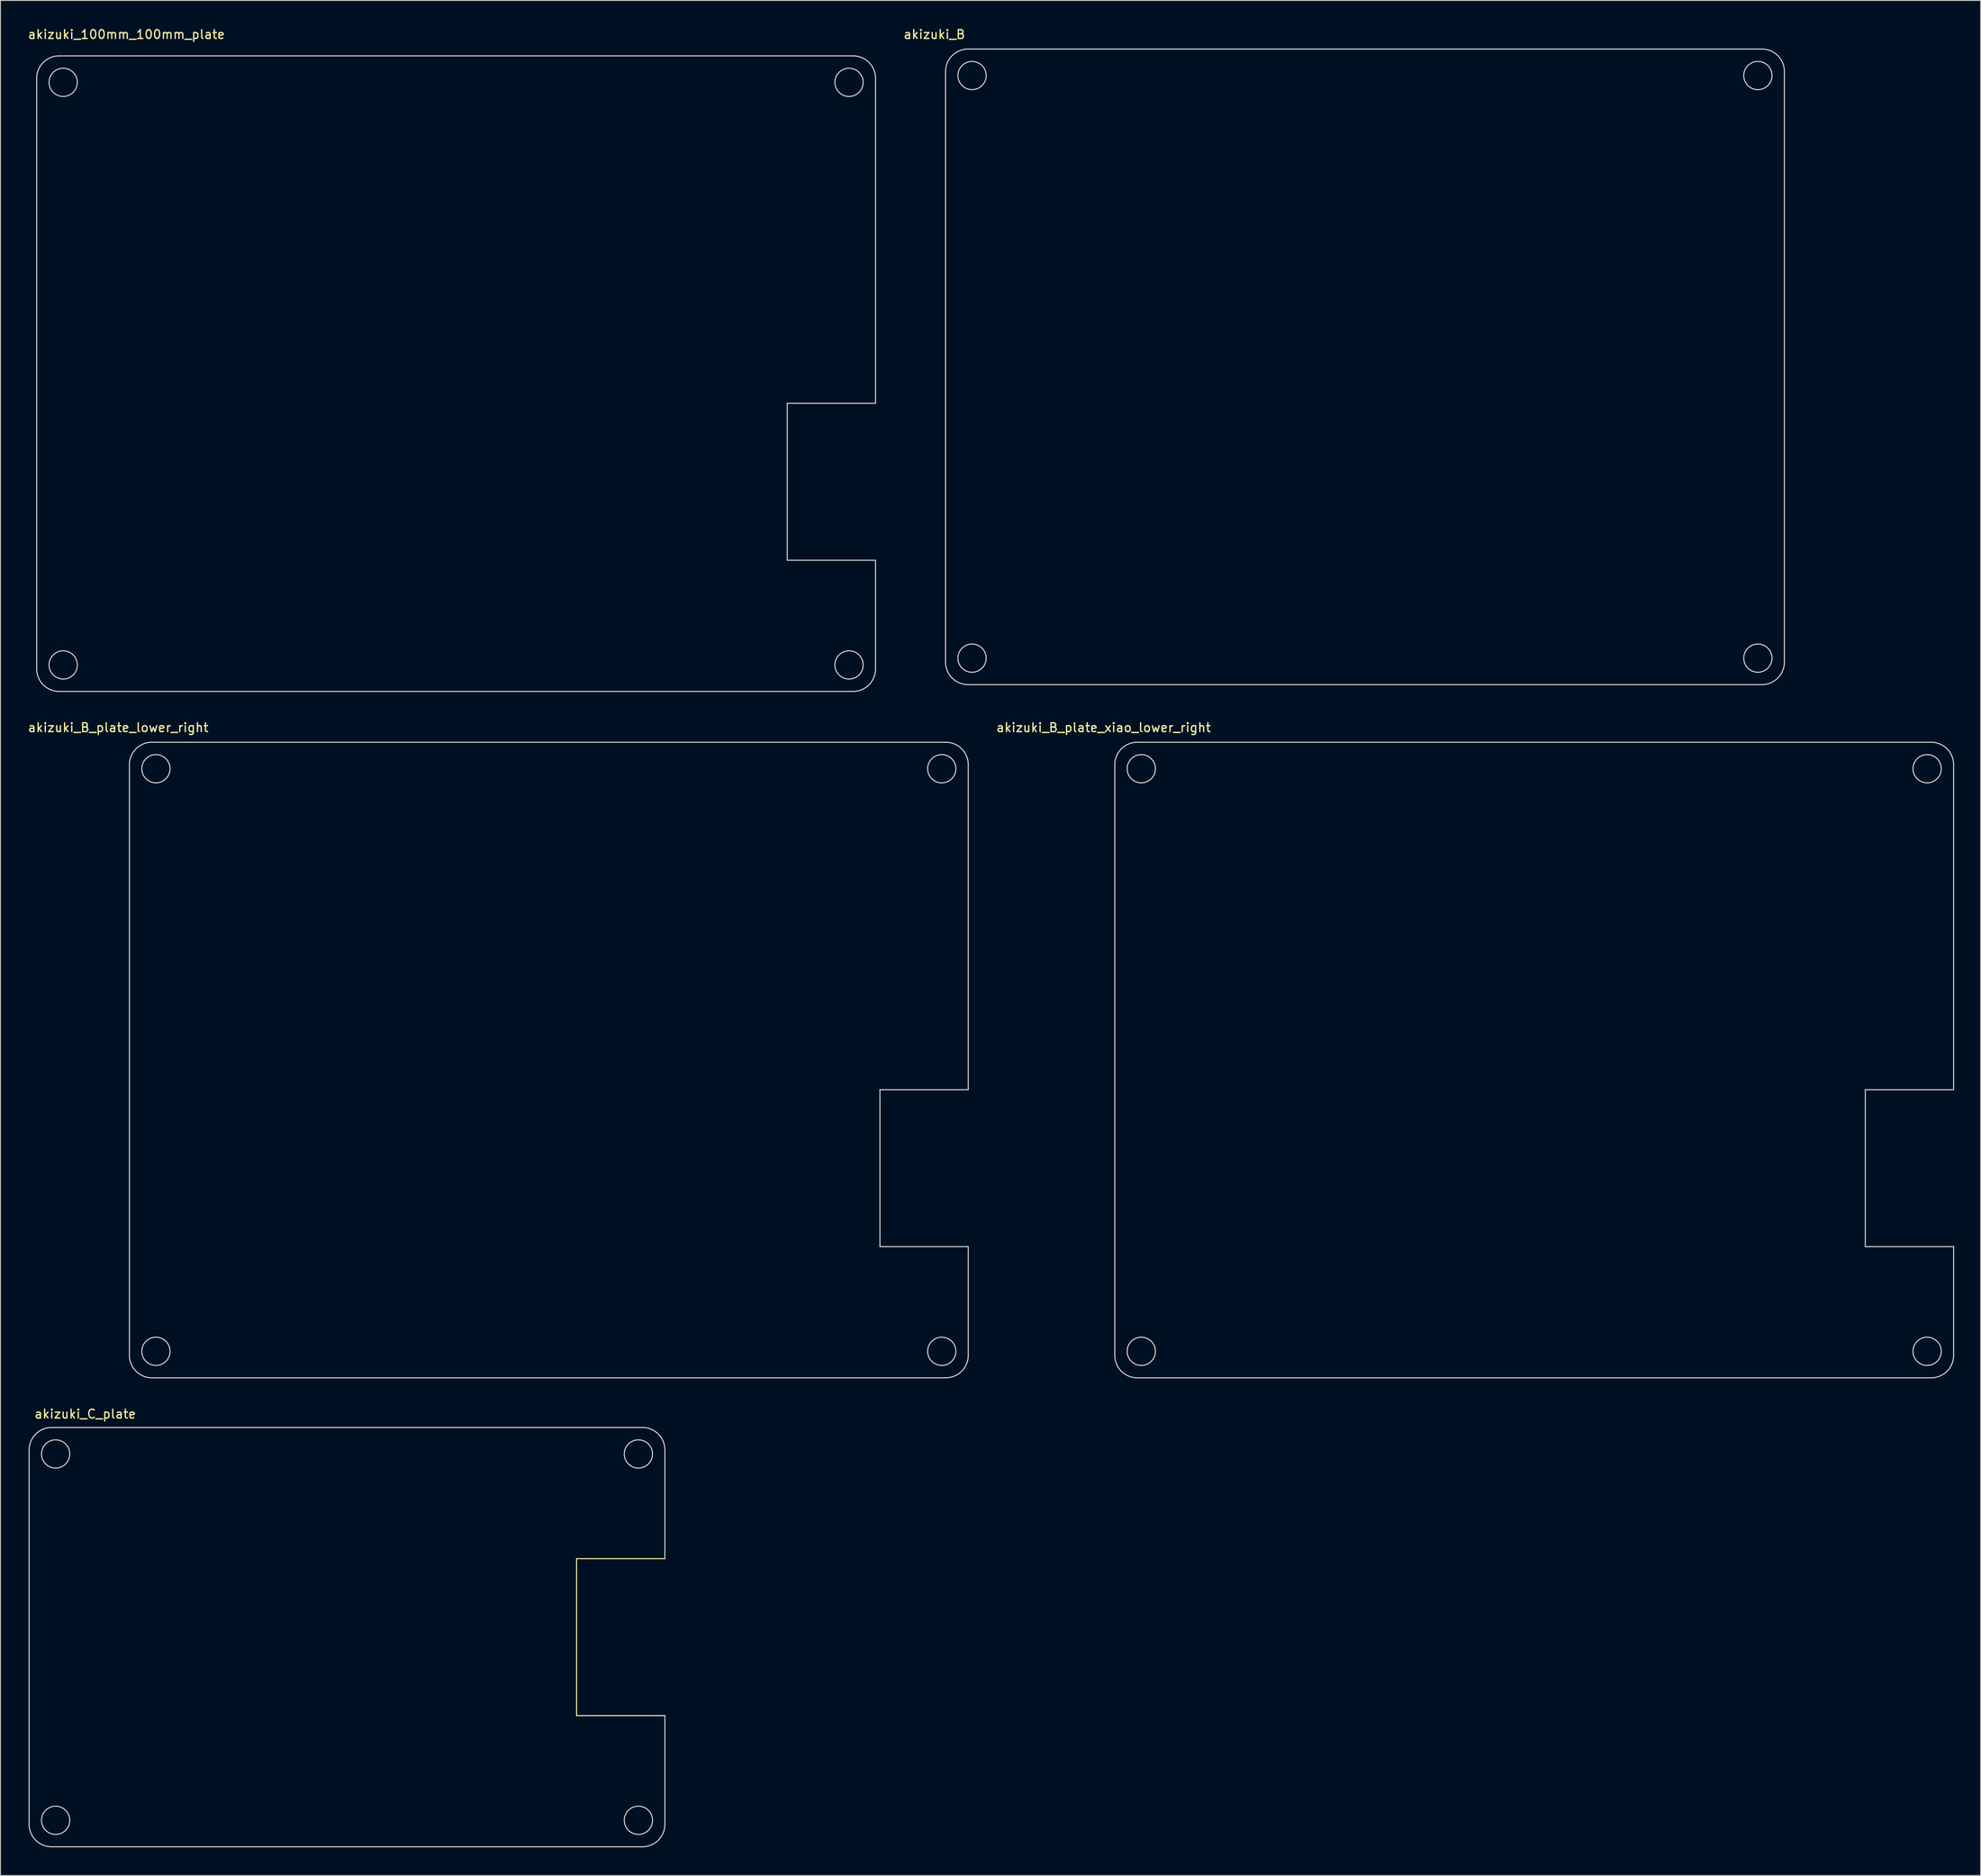
<source format=kicad_pcb>
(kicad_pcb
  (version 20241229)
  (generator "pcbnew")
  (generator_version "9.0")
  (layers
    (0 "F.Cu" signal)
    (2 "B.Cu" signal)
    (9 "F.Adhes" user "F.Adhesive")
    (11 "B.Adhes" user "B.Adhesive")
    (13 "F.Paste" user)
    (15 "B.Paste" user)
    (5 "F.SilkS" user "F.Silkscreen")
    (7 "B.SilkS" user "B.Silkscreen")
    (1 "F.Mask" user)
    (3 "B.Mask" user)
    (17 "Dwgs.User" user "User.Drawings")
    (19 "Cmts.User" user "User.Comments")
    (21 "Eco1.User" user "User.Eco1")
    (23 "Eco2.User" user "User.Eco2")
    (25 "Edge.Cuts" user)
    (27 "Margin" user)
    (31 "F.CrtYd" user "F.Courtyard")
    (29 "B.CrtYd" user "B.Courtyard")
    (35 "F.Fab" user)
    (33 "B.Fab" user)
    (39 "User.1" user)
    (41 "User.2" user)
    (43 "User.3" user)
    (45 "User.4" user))
  (footprint "akizuki_B_plate_xiao_lower_right"
    (layer "F.Cu")
    (at 123.207 153.036)
    (property "Reference" "akizuki_B_plate_xiao_lower_right" (at -1.27 -73.66 0) (layer "F.SilkS") (effects (font (size 1 1) (thickness 0.15))))
    (attr through_hole)
    (fp_line (start 0 -2.54) (end 0 -69.46) (stroke (width 0.12) (type solid)) (layer "Edge.Cuts"))
    (fp_line (start 2.54 -72) (end 92.46 -72) (stroke (width 0.12) (type solid)) (layer "Edge.Cuts"))
    (fp_line (start 2.54 0) (end 92.46 0) (stroke (width 0.12) (type solid)) (layer "Edge.Cuts"))
    (fp_line (start 85 -32.64) (end 85 -14.86) (stroke (width 0.12) (type solid)) (layer "Edge.Cuts"))
    (fp_line (start 85 -32.64) (end 95 -32.64) (stroke (width 0.12) (type solid)) (layer "Edge.Cuts"))
    (fp_line (start 85 -14.86) (end 95 -14.86) (stroke (width 0.12) (type solid)) (layer "Edge.Cuts"))
    (fp_line (start 95 -32.64) (end 95 -69.46) (stroke (width 0.12) (type solid)) (layer "Edge.Cuts"))
    (fp_line (start 95 -2.54) (end 95 -14.86) (stroke (width 0.12) (type solid)) (layer "Edge.Cuts"))
    (fp_arc (start 0 -69.46) (mid 0.743949 -71.256051) (end 2.54 -72) (stroke (width 0.12) (type solid)) (layer "Edge.Cuts"))
    (fp_arc (start 2.54 0) (mid 0.743949 -0.743949) (end 0 -2.54) (stroke (width 0.12) (type solid)) (layer "Edge.Cuts"))
    (fp_arc (start 92.46 -72) (mid 94.256051 -71.256051) (end 95 -69.46) (stroke (width 0.12) (type solid)) (layer "Edge.Cuts"))
    (fp_arc (start 95 -2.54) (mid 94.256051 -0.743949) (end 92.46 0) (stroke (width 0.12) (type solid)) (layer "Edge.Cuts"))
    (fp_circle (center 3 -69) (end 4.6 -69) (stroke (width 0.12) (type solid)) (fill no) (layer "Edge.Cuts"))
    (fp_circle (center 3 -3) (end 4.6 -3) (stroke (width 0.12) (type solid)) (fill no) (layer "Edge.Cuts"))
    (fp_circle (center 92 -69) (end 93.6 -69) (stroke (width 0.12) (type solid)) (fill no) (layer "Edge.Cuts"))
    (fp_circle (center 92 -3) (end 93.6 -3) (stroke (width 0.12) (type solid)) (fill no) (layer "Edge.Cuts")))
  (footprint "akizuki_B"
    (layer "F.Cu")
    (at 104.039 74.508)
    (property "Reference" "akizuki_B" (at -1.27 -73.66 0) (layer "F.SilkS") (effects (font (size 1 1) (thickness 0.15))))
    (attr through_hole)
    (fp_line (start 0 -2.54) (end 0 -69.46) (stroke (width 0.12) (type solid)) (layer "Edge.Cuts"))
    (fp_line (start 2.54 -72) (end 92.46 -72) (stroke (width 0.12) (type solid)) (layer "Edge.Cuts"))
    (fp_line (start 2.54 0) (end 92.46 0) (stroke (width 0.12) (type solid)) (layer "Edge.Cuts"))
    (fp_line (start 95 -2.54) (end 95 -69.46) (stroke (width 0.12) (type solid)) (layer "Edge.Cuts"))
    (fp_arc (start 0 -69.46) (mid 0.743949 -71.256051) (end 2.54 -72) (stroke (width 0.12) (type solid)) (layer "Edge.Cuts"))
    (fp_arc (start 2.54 0) (mid 0.743949 -0.743949) (end 0 -2.54) (stroke (width 0.12) (type solid)) (layer "Edge.Cuts"))
    (fp_arc (start 92.46 -72) (mid 94.256051 -71.256051) (end 95 -69.46) (stroke (width 0.12) (type solid)) (layer "Edge.Cuts"))
    (fp_arc (start 95 -2.54) (mid 94.256051 -0.743949) (end 92.46 0) (stroke (width 0.12) (type solid)) (layer "Edge.Cuts"))
    (fp_circle (center 3 -69) (end 4.6 -69) (stroke (width 0.12) (type solid)) (fill no) (layer "Edge.Cuts"))
    (fp_circle (center 3 -3) (end 4.6 -3) (stroke (width 0.12) (type solid)) (fill no) (layer "Edge.Cuts"))
    (fp_circle (center 92 -69) (end 93.6 -69) (stroke (width 0.12) (type solid)) (fill no) (layer "Edge.Cuts"))
    (fp_circle (center 92 -3) (end 93.6 -3) (stroke (width 0.12) (type solid)) (fill no) (layer "Edge.Cuts")))
  (footprint "akizuki_100mm_100mm_plate"
    (layer "F.Cu")
    (at 1.108 75.278)
    (property "Reference" "akizuki_100mm_100mm_plate" (at 10.16 -74.43 0) (layer "F.SilkS") (effects (font (size 1 1) (thickness 0.15))))
    (attr through_hole)
    (fp_line (start 0 -2.54) (end 0 -69.46) (stroke (width 0.12) (type solid)) (layer "Edge.Cuts"))
    (fp_line (start 2.54 -72) (end 92.46 -72) (stroke (width 0.12) (type solid)) (layer "Edge.Cuts"))
    (fp_line (start 2.54 0) (end 92.46 0) (stroke (width 0.12) (type solid)) (layer "Edge.Cuts"))
    (fp_line (start 85 -32.64) (end 85 -14.86) (stroke (width 0.12) (type solid)) (layer "Edge.Cuts"))
    (fp_line (start 85 -32.64) (end 95 -32.64) (stroke (width 0.12) (type solid)) (layer "Edge.Cuts"))
    (fp_line (start 85 -14.86) (end 95 -14.86) (stroke (width 0.12) (type solid)) (layer "Edge.Cuts"))
    (fp_line (start 95 -32.64) (end 95 -69.46) (stroke (width 0.12) (type solid)) (layer "Edge.Cuts"))
    (fp_line (start 95 -2.54) (end 95 -14.86) (stroke (width 0.12) (type solid)) (layer "Edge.Cuts"))
    (fp_arc (start 0 -69.46) (mid 0.743949 -71.256051) (end 2.54 -72) (stroke (width 0.12) (type solid)) (layer "Edge.Cuts"))
    (fp_arc (start 2.54 0) (mid 0.743949 -0.743949) (end 0 -2.54) (stroke (width 0.12) (type solid)) (layer "Edge.Cuts"))
    (fp_arc (start 92.46 -72) (mid 94.256051 -71.256051) (end 95 -69.46) (stroke (width 0.12) (type solid)) (layer "Edge.Cuts"))
    (fp_arc (start 95 -2.54) (mid 94.256051 -0.743949) (end 92.46 0) (stroke (width 0.12) (type solid)) (layer "Edge.Cuts"))
    (fp_circle (center 3 -69) (end 4.6 -69) (stroke (width 0.12) (type solid)) (fill no) (layer "Edge.Cuts"))
    (fp_circle (center 3 -3) (end 4.6 -3) (stroke (width 0.12) (type solid)) (fill no) (layer "Edge.Cuts"))
    (fp_circle (center 92 -69) (end 93.6 -69) (stroke (width 0.12) (type solid)) (fill no) (layer "Edge.Cuts"))
    (fp_circle (center 92 -3) (end 93.6 -3) (stroke (width 0.12) (type solid)) (fill no) (layer "Edge.Cuts")))
  (footprint "akizuki_C_plate"
    (layer "F.Cu")
    (at 0.25 206.165)
    (property "Reference" "akizuki_C_plate" (at 6.35 -49.03 0) (layer "F.SilkS") (effects (font (size 1 1) (thickness 0.15))))
    (attr through_hole)
    (fp_line (start 62 -32.64) (end 62 -14.86) (stroke (width 0.12) (type solid)) (layer "F.SilkS"))
    (fp_line (start 62 -32.64) (end 72 -32.64) (stroke (width 0.12) (type solid)) (layer "F.SilkS"))
    (fp_line (start 62 -14.86) (end 72 -14.86) (stroke (width 0.12) (type solid)) (layer "F.SilkS"))
    (fp_line (start 0 -2.54) (end 0 -44.96) (stroke (width 0.12) (type solid)) (layer "Edge.Cuts"))
    (fp_line (start 2.54 -47.5) (end 69.46 -47.5) (stroke (width 0.12) (type solid)) (layer "Edge.Cuts"))
    (fp_line (start 2.54 0) (end 69.46 0) (stroke (width 0.12) (type solid)) (layer "Edge.Cuts"))
    (fp_line (start 72 -32.64) (end 72 -44.96) (stroke (width 0.12) (type solid)) (layer "Edge.Cuts"))
    (fp_line (start 72 -2.54) (end 72 -14.86) (stroke (width 0.12) (type solid)) (layer "Edge.Cuts"))
    (fp_arc (start 0 -44.96) (mid 0.743949 -46.756051) (end 2.54 -47.5) (stroke (width 0.12) (type solid)) (layer "Edge.Cuts"))
    (fp_arc (start 2.54 0) (mid 0.743949 -0.743949) (end 0 -2.54) (stroke (width 0.12) (type solid)) (layer "Edge.Cuts"))
    (fp_arc (start 69.46 -47.5) (mid 71.256051 -46.756051) (end 72 -44.96) (stroke (width 0.12) (type solid)) (layer "Edge.Cuts"))
    (fp_arc (start 72 -2.54) (mid 71.256051 -0.743949) (end 69.46 0) (stroke (width 0.12) (type solid)) (layer "Edge.Cuts"))
    (fp_circle (center 3 -44.5) (end 4.6 -44.5) (stroke (width 0.12) (type solid)) (fill no) (layer "Edge.Cuts"))
    (fp_circle (center 3 -3) (end 4.6 -3) (stroke (width 0.12) (type solid)) (fill no) (layer "Edge.Cuts"))
    (fp_circle (center 69 -44.5) (end 70.6 -44.5) (stroke (width 0.12) (type solid)) (fill no) (layer "Edge.Cuts"))
    (fp_circle (center 69 -3) (end 70.6 -3) (stroke (width 0.12) (type solid)) (fill no) (layer "Edge.Cuts")))
  (footprint "akizuki_B_plate_lower_right"
    (layer "F.Cu")
    (at 11.609 153.036)
    (property "Reference" "akizuki_B_plate_lower_right" (at -1.27 -73.66 0) (layer "F.SilkS") (effects (font (size 1 1) (thickness 0.15))))
    (attr through_hole)
    (fp_line (start 0 -2.54) (end 0 -69.46) (stroke (width 0.12) (type solid)) (layer "Edge.Cuts"))
    (fp_line (start 2.54 -72) (end 92.46 -72) (stroke (width 0.12) (type solid)) (layer "Edge.Cuts"))
    (fp_line (start 2.54 0) (end 92.46 0) (stroke (width 0.12) (type solid)) (layer "Edge.Cuts"))
    (fp_line (start 85 -32.64) (end 85 -14.86) (stroke (width 0.12) (type solid)) (layer "Edge.Cuts"))
    (fp_line (start 85 -32.64) (end 95 -32.64) (stroke (width 0.12) (type solid)) (layer "Edge.Cuts"))
    (fp_line (start 85 -14.86) (end 95 -14.86) (stroke (width 0.12) (type solid)) (layer "Edge.Cuts"))
    (fp_line (start 95 -32.64) (end 95 -69.46) (stroke (width 0.12) (type solid)) (layer "Edge.Cuts"))
    (fp_line (start 95 -2.54) (end 95 -14.86) (stroke (width 0.12) (type solid)) (layer "Edge.Cuts"))
    (fp_arc (start 0 -69.46) (mid 0.743949 -71.256051) (end 2.54 -72) (stroke (width 0.12) (type solid)) (layer "Edge.Cuts"))
    (fp_arc (start 2.54 0) (mid 0.743949 -0.743949) (end 0 -2.54) (stroke (width 0.12) (type solid)) (layer "Edge.Cuts"))
    (fp_arc (start 92.46 -72) (mid 94.256051 -71.256051) (end 95 -69.46) (stroke (width 0.12) (type solid)) (layer "Edge.Cuts"))
    (fp_arc (start 95 -2.54) (mid 94.256051 -0.743949) (end 92.46 0) (stroke (width 0.12) (type solid)) (layer "Edge.Cuts"))
    (fp_circle (center 3 -69) (end 4.6 -69) (stroke (width 0.12) (type solid)) (fill no) (layer "Edge.Cuts"))
    (fp_circle (center 3 -3) (end 4.6 -3) (stroke (width 0.12) (type solid)) (fill no) (layer "Edge.Cuts"))
    (fp_circle (center 92 -69) (end 93.6 -69) (stroke (width 0.12) (type solid)) (fill no) (layer "Edge.Cuts"))
    (fp_circle (center 92 -3) (end 93.6 -3) (stroke (width 0.12) (type solid)) (fill no) (layer "Edge.Cuts")))
  (gr_rect
    (start -3 -3)
    (end 221.267 209.415)
    (stroke (width 0.1) (type default))
    (fill no)
    (layer "Edge.Cuts")))
</source>
